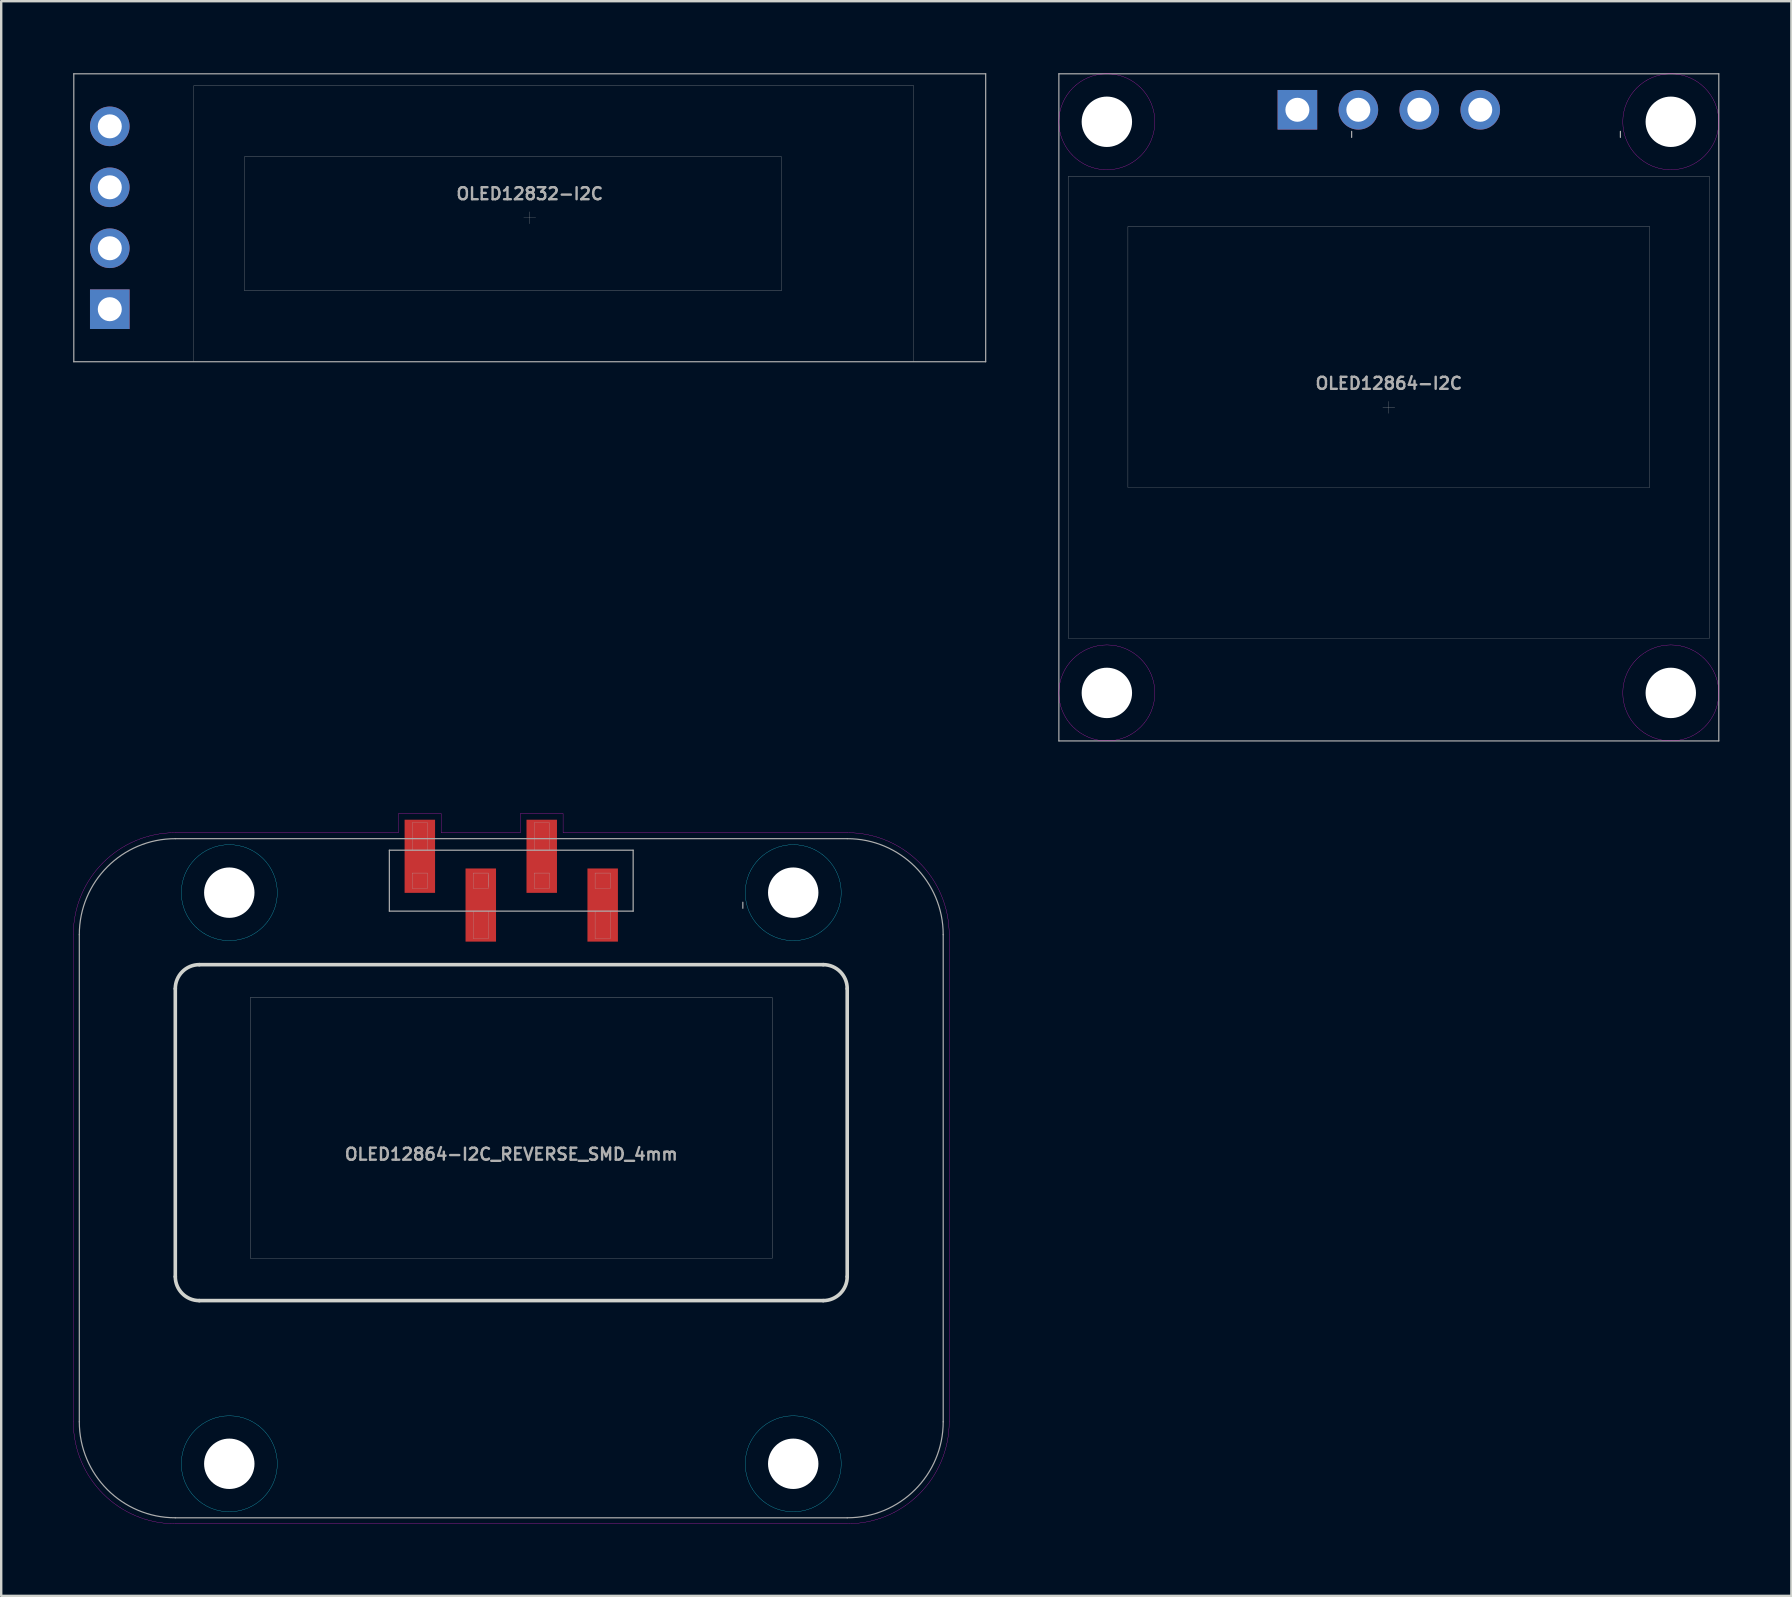
<source format=kicad_pcb>
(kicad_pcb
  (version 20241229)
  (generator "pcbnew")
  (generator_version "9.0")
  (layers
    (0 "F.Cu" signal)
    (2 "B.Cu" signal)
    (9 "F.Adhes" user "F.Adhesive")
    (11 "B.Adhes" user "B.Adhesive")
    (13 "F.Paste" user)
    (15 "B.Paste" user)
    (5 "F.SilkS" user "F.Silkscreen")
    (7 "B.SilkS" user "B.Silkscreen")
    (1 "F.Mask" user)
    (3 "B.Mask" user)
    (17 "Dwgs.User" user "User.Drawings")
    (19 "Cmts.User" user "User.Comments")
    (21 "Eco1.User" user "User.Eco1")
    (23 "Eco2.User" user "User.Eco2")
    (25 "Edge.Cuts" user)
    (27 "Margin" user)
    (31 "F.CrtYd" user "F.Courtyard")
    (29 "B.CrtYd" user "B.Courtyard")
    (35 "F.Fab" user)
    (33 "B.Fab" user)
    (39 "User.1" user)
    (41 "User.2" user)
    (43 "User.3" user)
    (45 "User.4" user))
  (footprint "OLED12832-I2C"
    (layer "F.Cu")
    (at 19.025 6.025)
    (property "Reference" "OLED12832-I2C" (at 0 -1 0) (layer "F.Fab") (effects (font (size 0.5 0.5) (thickness 0.1))))
    (attr through_hole)
    (fp_line (start -19 -6) (end -19 6) (stroke (width 0.05) (type solid)) (layer "F.Fab"))
    (fp_line (start -19 -6) (end 19 -6) (stroke (width 0.05) (type solid)) (layer "F.Fab"))
    (fp_line (start -19 6) (end 19 6) (stroke (width 0.05) (type solid)) (layer "F.Fab"))
    (fp_line (start -14 -5.5) (end -14 6) (stroke (width 0.01) (type solid)) (layer "F.Fab"))
    (fp_line (start -11.89 -2.54) (end 10.49 -2.54) (stroke (width 0.01) (type solid)) (layer "F.Fab"))
    (fp_line (start -11.89 3.04) (end -11.89 -2.54) (stroke (width 0.01) (type solid)) (layer "F.Fab"))
    (fp_line (start -0.25 0) (end 0.25 0) (stroke (width 0.01) (type solid)) (layer "F.Fab"))
    (fp_line (start 0 -0.25) (end 0 0.25) (stroke (width 0.01) (type solid)) (layer "F.Fab"))
    (fp_line (start 10.49 -2.54) (end 10.49 3.04) (stroke (width 0.01) (type solid)) (layer "F.Fab"))
    (fp_line (start 10.49 3.04) (end -11.89 3.04) (stroke (width 0.01) (type solid)) (layer "F.Fab"))
    (fp_line (start 16 -5.5) (end -14 -5.5) (stroke (width 0.01) (type solid)) (layer "F.Fab"))
    (fp_line (start 16 6) (end 16 -5.5) (stroke (width 0.01) (type solid)) (layer "F.Fab"))
    (fp_line (start 19 6) (end 19 -6) (stroke (width 0.05) (type solid)) (layer "F.Fab"))
    (pad "1" thru_hole rect (at -17.5 3.81 90) (size 1.65 1.65) (drill 1) (layers "*.Cu" "*.Mask"))
    (pad "2" thru_hole circle (at -17.5 1.27 90) (size 1.65 1.65) (drill 1) (layers "*.Cu" "*.Mask"))
    (pad "3" thru_hole circle (at -17.5 -1.27 90) (size 1.65 1.65) (drill 1) (layers "*.Cu" "*.Mask"))
    (pad "4" thru_hole circle (at -17.5 -3.81 90) (size 1.65 1.65) (drill 1) (layers "*.Cu" "*.Mask")))
  (footprint "OLED12864-I2C"
    (layer "F.Cu")
    (at 54.825 13.925)
    (property "Reference" "OLED12864-I2C" (at 0 -1 0) (layer "F.Fab") (effects (font (size 0.5 0.5) (thickness 0.1))))
    (attr through_hole)
    (fp_circle (center -11.75 -11.9) (end -9.75 -11.9) (stroke (width 0.01) (type solid)) (fill no) (layer "F.CrtYd"))
    (fp_circle (center -11.75 11.9) (end -9.75 11.9) (stroke (width 0.01) (type solid)) (fill no) (layer "F.CrtYd"))
    (fp_circle (center 11.75 -11.9) (end 13.75 -11.9) (stroke (width 0.01) (type solid)) (fill no) (layer "F.CrtYd"))
    (fp_circle (center 11.75 11.9) (end 13.75 11.9) (stroke (width 0.01) (type solid)) (fill no) (layer "F.CrtYd"))
    (fp_line (start -13.75 -13.9) (end -13.75 13.9) (stroke (width 0.05) (type solid)) (layer "F.Fab"))
    (fp_line (start -13.75 -13.9) (end 13.75 -13.9) (stroke (width 0.05) (type solid)) (layer "F.Fab"))
    (fp_line (start -13.75 13.9) (end 13.75 13.9) (stroke (width 0.05) (type solid)) (layer "F.Fab"))
    (fp_line (start -13.35 -9.63) (end -13.35 9.63) (stroke (width 0.01) (type solid)) (layer "F.Fab"))
    (fp_line (start -13.35 9.63) (end 13.35 9.63) (stroke (width 0.01) (type solid)) (layer "F.Fab"))
    (fp_line (start -10.872 -7.53) (end 10.872 -7.53) (stroke (width 0.01) (type solid)) (layer "F.Fab"))
    (fp_line (start -10.872 3.334) (end -10.872 -7.53) (stroke (width 0.01) (type solid)) (layer "F.Fab"))
    (fp_line (start -1.55 -11.5) (end -1.55 -11.25) (stroke (width 0.05) (type solid)) (layer "F.Fab"))
    (fp_line (start -0.25 0) (end 0.25 0) (stroke (width 0.01) (type solid)) (layer "F.Fab"))
    (fp_line (start 0 -0.25) (end 0 0.25) (stroke (width 0.01) (type solid)) (layer "F.Fab"))
    (fp_line (start 9.65 -11.5) (end 9.65 -11.25) (stroke (width 0.05) (type solid)) (layer "F.Fab"))
    (fp_line (start 10.872 -7.53) (end 10.872 3.334) (stroke (width 0.01) (type solid)) (layer "F.Fab"))
    (fp_line (start 10.872 3.334) (end -10.872 3.334) (stroke (width 0.01) (type solid)) (layer "F.Fab"))
    (fp_line (start 13.35 -9.63) (end -13.35 -9.63) (stroke (width 0.01) (type solid)) (layer "F.Fab"))
    (fp_line (start 13.35 9.63) (end 13.35 -9.63) (stroke (width 0.01) (type solid)) (layer "F.Fab"))
    (fp_line (start 13.75 13.9) (end 13.75 -13.9) (stroke (width 0.05) (type solid)) (layer "F.Fab"))
    (pad "" np_thru_hole circle (at -11.75 -11.9) (size 2.1 2.1) (drill 2.1) (layers "*.Cu" "*.Mask"))
    (pad "" np_thru_hole circle (at -11.75 11.9 180) (size 2.1 2.1) (drill 2.1) (layers "*.Cu" "*.Mask"))
    (pad "" np_thru_hole circle (at 11.75 -11.9) (size 2.1 2.1) (drill 2.1) (layers "*.Cu" "*.Mask"))
    (pad "" np_thru_hole circle (at 11.75 11.9 180) (size 2.1 2.1) (drill 2.1) (layers "*.Cu" "*.Mask"))
    (pad "1" thru_hole rect (at -3.81 -12.4) (size 1.65 1.65) (drill 1) (layers "*.Cu" "*.Mask"))
    (pad "2" thru_hole circle (at -1.27 -12.4) (size 1.65 1.65) (drill 1) (layers "*.Cu" "*.Mask"))
    (pad "3" thru_hole circle (at 1.27 -12.4) (size 1.65 1.65) (drill 1) (layers "*.Cu" "*.Mask"))
    (pad "4" thru_hole circle (at 3.81 -12.4) (size 1.65 1.65) (drill 1) (layers "*.Cu" "*.Mask")))
  (footprint "OLED12864-I2C_REVERSE_SMD_4mm"
    (layer "F.Cu")
    (at 18.255 46.049)
    (property "Reference" "OLED12864-I2C_REVERSE_SMD_4mm" (at 0 -1 0) (layer "F.Fab") (effects (font (size 0.5 0.5) (thickness 0.1))))
    (attr through_hole)
    (fp_line (start -10.872 -7.53) (end 10.872 -7.53) (stroke (width 0.01) (type solid)) (layer "Dwgs.User"))
    (fp_line (start -10.872 3.334) (end -10.872 -7.53) (stroke (width 0.01) (type solid)) (layer "Dwgs.User"))
    (fp_line (start 10.872 -7.53) (end 10.872 3.334) (stroke (width 0.01) (type solid)) (layer "Dwgs.User"))
    (fp_line (start 10.872 3.334) (end -10.872 3.334) (stroke (width 0.01) (type solid)) (layer "Dwgs.User"))
    (fp_line (start -14 4.1) (end -14 -7.9) (stroke (width 0.15) (type solid)) (layer "Edge.Cuts"))
    (fp_line (start -13 -8.9) (end 13 -8.9) (stroke (width 0.15) (type solid)) (layer "Edge.Cuts"))
    (fp_line (start 13 5.1) (end -13 5.1) (stroke (width 0.15) (type solid)) (layer "Edge.Cuts"))
    (fp_line (start 14 -7.9) (end 14 4.1) (stroke (width 0.15) (type solid)) (layer "Edge.Cuts"))
    (fp_arc (start -14 -7.9) (mid -13.707107 -8.607107) (end -13 -8.9) (stroke (width 0.15) (type solid)) (layer "Edge.Cuts"))
    (fp_arc (start -13 5.1) (mid -13.707107 4.807107) (end -14 4.1) (stroke (width 0.15) (type solid)) (layer "Edge.Cuts"))
    (fp_arc (start 13 -8.9) (mid 13.707107 -8.607107) (end 14 -7.9) (stroke (width 0.15) (type solid)) (layer "Edge.Cuts"))
    (fp_arc (start 14 4.1) (mid 13.707107 4.807107) (end 13 5.1) (stroke (width 0.15) (type solid)) (layer "Edge.Cuts"))
    (fp_circle (center -11.75 -11.9) (end -9.75 -11.9) (stroke (width 0.01) (type solid)) (fill no) (layer "B.CrtYd"))
    (fp_circle (center -11.75 11.9) (end -9.75 11.9) (stroke (width 0.01) (type solid)) (fill no) (layer "B.CrtYd"))
    (fp_circle (center 11.75 -11.9) (end 13.75 -11.9) (stroke (width 0.01) (type solid)) (fill no) (layer "B.CrtYd"))
    (fp_circle (center 11.75 11.9) (end 13.75 11.9) (stroke (width 0.01) (type solid)) (fill no) (layer "B.CrtYd"))
    (fp_line (start -18.25 -10.15) (end -18.25 10.15) (stroke (width 0.01) (type solid)) (layer "F.CrtYd"))
    (fp_line (start -14 14.4) (end 14 14.4) (stroke (width 0.01) (type solid)) (layer "F.CrtYd"))
    (fp_line (start -5.08 -10.876) (end -5.08 -10.876) (stroke (width 0.01) (type solid)) (layer "F.CrtYd"))
    (fp_line (start -4.7 -14.4) (end -14 -14.4) (stroke (width 0.01) (type solid)) (layer "F.CrtYd"))
    (fp_line (start -4.699 -15.194) (end -4.7 -14.4) (stroke (width 0.01) (type solid)) (layer "F.CrtYd"))
    (fp_line (start -2.921 -15.194) (end -4.699 -15.194) (stroke (width 0.01) (type solid)) (layer "F.CrtYd"))
    (fp_line (start -2.921 -14.4) (end -2.921 -15.194) (stroke (width 0.01) (type solid)) (layer "F.CrtYd"))
    (fp_line (start 0.381 -15.194) (end 0.381 -15.194) (stroke (width 0.01) (type solid)) (layer "F.CrtYd"))
    (fp_line (start 0.381 -15.194) (end 0.381 -14.4) (stroke (width 0.01) (type solid)) (layer "F.CrtYd"))
    (fp_line (start 0.381 -14.4) (end -2.921 -14.4) (stroke (width 0.01) (type solid)) (layer "F.CrtYd"))
    (fp_line (start 2.159 -15.194) (end 0.381 -15.194) (stroke (width 0.01) (type solid)) (layer "F.CrtYd"))
    (fp_line (start 2.159 -14.4) (end 2.159 -15.194) (stroke (width 0.01) (type solid)) (layer "F.CrtYd"))
    (fp_line (start 14 -14.4) (end 2.159 -14.4) (stroke (width 0.01) (type solid)) (layer "F.CrtYd"))
    (fp_line (start 18.25 10.15) (end 18.25 -10.15) (stroke (width 0.01) (type solid)) (layer "F.CrtYd"))
    (fp_arc (start -18.25 -10.15) (mid -17.005204 -13.155204) (end -14 -14.4) (stroke (width 0.01) (type solid)) (layer "F.CrtYd"))
    (fp_arc (start -14 14.4) (mid -17.005204 13.155204) (end -18.25 10.15) (stroke (width 0.01) (type solid)) (layer "F.CrtYd"))
    (fp_arc (start 14 -14.4) (mid 17.005204 -13.155204) (end 18.25 -10.15) (stroke (width 0.01) (type solid)) (layer "F.CrtYd"))
    (fp_arc (start 18.25 10.15) (mid 17.005204 13.155204) (end 14 14.4) (stroke (width 0.01) (type solid)) (layer "F.CrtYd"))
    (fp_line (start -18 10.15) (end -18 -10.15) (stroke (width 0.05) (type solid)) (layer "F.Fab"))
    (fp_line (start -14 -14.15) (end 14 -14.15) (stroke (width 0.05) (type solid)) (layer "F.Fab"))
    (fp_line (start -5.08 -13.67) (end -5.08 -11.13) (stroke (width 0.05) (type solid)) (layer "F.Fab"))
    (fp_line (start -5.08 -11.13) (end 5.08 -11.13) (stroke (width 0.05) (type solid)) (layer "F.Fab"))
    (fp_line (start -4.128 -14.813) (end -3.493 -14.813) (stroke (width 0.01) (type solid)) (layer "F.Fab"))
    (fp_line (start -4.128 -13.67) (end -4.128 -14.813) (stroke (width 0.01) (type solid)) (layer "F.Fab"))
    (fp_line (start -4.128 -12.717) (end -4.128 -12.082) (stroke (width 0.01) (type solid)) (layer "F.Fab"))
    (fp_line (start -4.128 -12.082) (end -3.493 -12.082) (stroke (width 0.01) (type solid)) (layer "F.Fab"))
    (fp_line (start -3.493 -14.813) (end -3.493 -13.67) (stroke (width 0.01) (type solid)) (layer "F.Fab"))
    (fp_line (start -3.493 -12.717) (end -4.128 -12.717) (stroke (width 0.01) (type solid)) (layer "F.Fab"))
    (fp_line (start -3.493 -12.082) (end -3.493 -12.717) (stroke (width 0.01) (type solid)) (layer "F.Fab"))
    (fp_line (start -1.587 -12.717) (end -1.587 -12.082) (stroke (width 0.01) (type solid)) (layer "F.Fab"))
    (fp_line (start -1.587 -12.082) (end -0.953 -12.082) (stroke (width 0.01) (type solid)) (layer "F.Fab"))
    (fp_line (start -1.587 -9.987) (end -1.587 -11.13) (stroke (width 0.01) (type solid)) (layer "F.Fab"))
    (fp_line (start -0.953 -12.717) (end -1.587 -12.717) (stroke (width 0.01) (type solid)) (layer "F.Fab"))
    (fp_line (start -0.953 -12.65) (end -0.953 -12.15) (stroke (width 0.01) (type solid)) (layer "F.Fab"))
    (fp_line (start -0.953 -12.082) (end -0.953 -12.717) (stroke (width 0.01) (type solid)) (layer "F.Fab"))
    (fp_line (start -0.953 -11.13) (end -0.953 -9.987) (stroke (width 0.01) (type solid)) (layer "F.Fab"))
    (fp_line (start -0.953 -9.987) (end -1.587 -9.987) (stroke (width 0.01) (type solid)) (layer "F.Fab"))
    (fp_line (start 0.953 -14.813) (end 1.587 -14.813) (stroke (width 0.01) (type solid)) (layer "F.Fab"))
    (fp_line (start 0.953 -13.67) (end 0.953 -14.813) (stroke (width 0.01) (type solid)) (layer "F.Fab"))
    (fp_line (start 0.953 -12.717) (end 0.953 -12.082) (stroke (width 0.01) (type solid)) (layer "F.Fab"))
    (fp_line (start 0.953 -12.082) (end 1.587 -12.082) (stroke (width 0.01) (type solid)) (layer "F.Fab"))
    (fp_line (start 1.587 -14.813) (end 1.587 -13.67) (stroke (width 0.01) (type solid)) (layer "F.Fab"))
    (fp_line (start 1.587 -12.717) (end 0.953 -12.717) (stroke (width 0.01) (type solid)) (layer "F.Fab"))
    (fp_line (start 1.587 -12.082) (end 1.587 -12.717) (stroke (width 0.01) (type solid)) (layer "F.Fab"))
    (fp_line (start 3.493 -12.717) (end 3.493 -12.082) (stroke (width 0.01) (type solid)) (layer "F.Fab"))
    (fp_line (start 3.493 -12.082) (end 4.128 -12.082) (stroke (width 0.01) (type solid)) (layer "F.Fab"))
    (fp_line (start 3.493 -9.987) (end 3.493 -11.13) (stroke (width 0.01) (type solid)) (layer "F.Fab"))
    (fp_line (start 4.128 -12.717) (end 3.493 -12.717) (stroke (width 0.01) (type solid)) (layer "F.Fab"))
    (fp_line (start 4.128 -12.082) (end 4.128 -12.717) (stroke (width 0.01) (type solid)) (layer "F.Fab"))
    (fp_line (start 4.128 -11.13) (end 4.128 -9.987) (stroke (width 0.01) (type solid)) (layer "F.Fab"))
    (fp_line (start 4.128 -9.987) (end 3.493 -9.987) (stroke (width 0.01) (type solid)) (layer "F.Fab"))
    (fp_line (start 5.08 -13.67) (end -5.08 -13.67) (stroke (width 0.05) (type solid)) (layer "F.Fab"))
    (fp_line (start 5.08 -11.13) (end 5.08 -13.67) (stroke (width 0.05) (type solid)) (layer "F.Fab"))
    (fp_line (start 9.65 -11.5) (end 9.65 -11.25) (stroke (width 0.05) (type solid)) (layer "F.Fab"))
    (fp_line (start 14 14.15) (end -14 14.15) (stroke (width 0.05) (type solid)) (layer "F.Fab"))
    (fp_line (start 18 -10.15) (end 18 10.15) (stroke (width 0.05) (type solid)) (layer "F.Fab"))
    (fp_arc (start -18 -10.15) (mid -16.828427 -12.978427) (end -14 -14.15) (stroke (width 0.05) (type solid)) (layer "F.Fab"))
    (fp_arc (start -14 14.15) (mid -16.828427 12.978427) (end -18 10.15) (stroke (width 0.05) (type solid)) (layer "F.Fab"))
    (fp_arc (start 14 -14.15) (mid 16.828427 -12.978427) (end 18 -10.15) (stroke (width 0.05) (type solid)) (layer "F.Fab"))
    (fp_arc (start 18 10.15) (mid 16.828427 12.978427) (end 14 14.15) (stroke (width 0.05) (type solid)) (layer "F.Fab"))
    (pad "" np_thru_hole circle (at -11.75 -11.9) (size 2.1 2.1) (drill 2.1) (layers "*.Cu" "*.Mask"))
    (pad "" np_thru_hole circle (at -11.75 11.9 180) (size 2.1 2.1) (drill 2.1) (layers "*.Cu" "*.Mask"))
    (pad "" np_thru_hole circle (at 11.75 -11.9) (size 2.1 2.1) (drill 2.1) (layers "*.Cu" "*.Mask"))
    (pad "" np_thru_hole circle (at 11.75 11.9 180) (size 2.1 2.1) (drill 2.1) (layers "*.Cu" "*.Mask"))
    (pad "1" smd rect (at 3.81 -11.384) (size 1.27 3.048) (layers "F.Cu" "F.Mask" "F.Paste"))
    (pad "2" smd rect (at 1.27 -13.416) (size 1.27 3.048) (layers "F.Cu" "F.Mask" "F.Paste"))
    (pad "3" smd rect (at -1.27 -11.384) (size 1.27 3.048) (layers "F.Cu" "F.Mask" "F.Paste"))
    (pad "4" smd rect (at -3.81 -13.416) (size 1.27 3.048) (layers "F.Cu" "F.Mask" "F.Paste")))
  (gr_rect
    (start -3 -3)
    (end 71.6 63.454)
    (stroke (width 0.1) (type default))
    (fill no)
    (layer "Edge.Cuts")))
</source>
